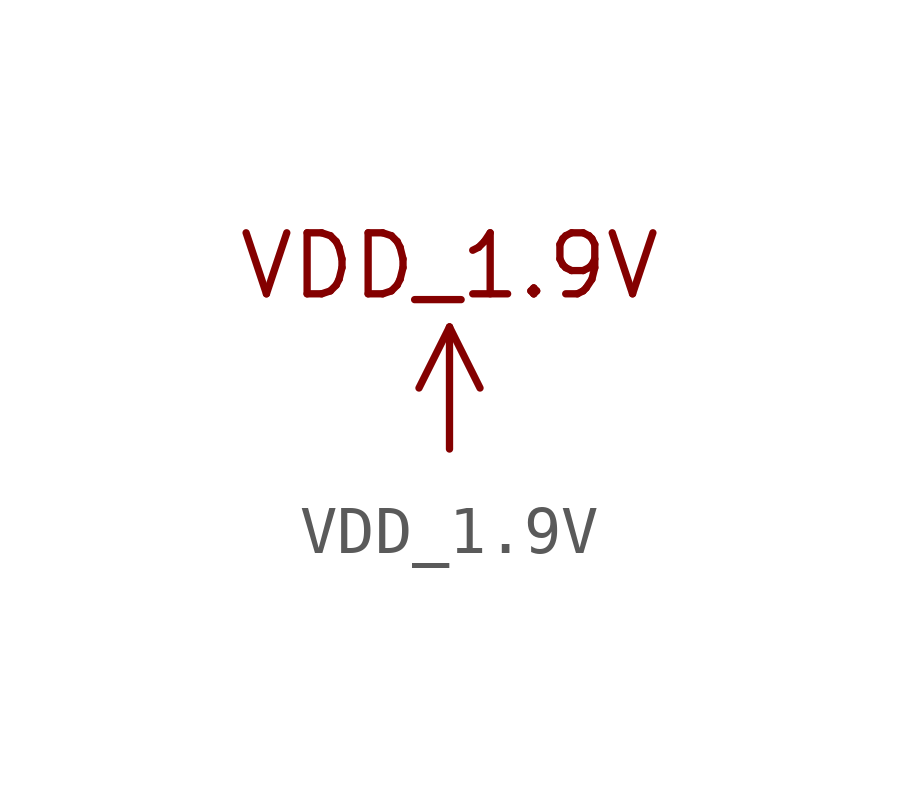
<source format=kicad_sym>
(kicad_symbol_lib
  (version 20220914)
  (generator kicad_symbol_editor)
  (symbol "VDD_1.9V"
    (power)
    (pin_numbers hide)
    (pin_names
      (offset 0))
    (property "Reference" "#PWR"
      (at 3.175 -6.35 0)
      (effects (font (size 1.27 1.27)) hide))
    (property "Value" ""
      (at 0 0 0)
      (effects (font (size 1.27 1.27))))
    (symbol "VDD_1.9V_0_1"
      (polyline (pts (xy 0 0) (xy 0 2.54)) (stroke (width 0) (type default)) (fill (type none)))
      (polyline (pts (xy 0 2.54) (xy -0.635 1.27)) (stroke (width 0) (type default)) (fill (type none)))
      (polyline (pts (xy 0 2.54) (xy 0.635 1.27)) (stroke (width 0) (type default)) (fill (type none))))
    (symbol "VDD_1.9V_1_1"
      (text "VDD_1.9V" (at 0 3.81 0) (effects (font (size 1.27 1.27))))
      (pin power_in line (at 0 0 90) (length 0) hide (name "VDD_1.9V" (effects (font (size 1.27 1.27)))) (number "1" (effects (font (size 1.27 1.27))))))))
</source>
